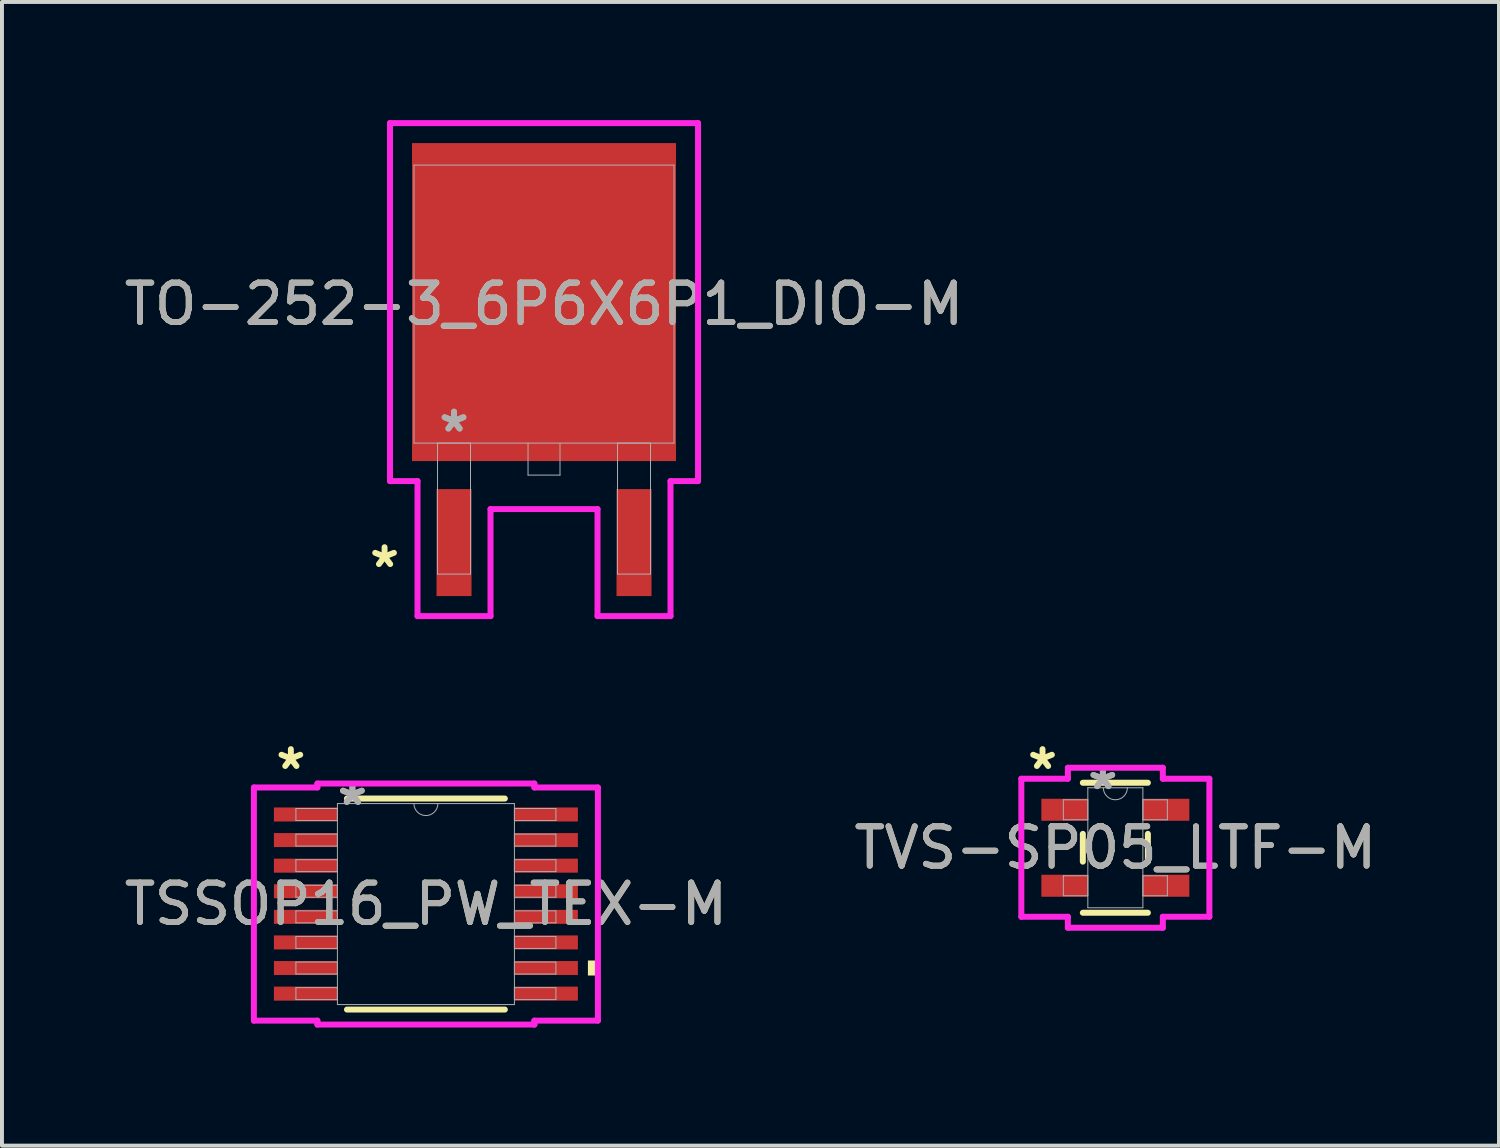
<source format=kicad_pcb>
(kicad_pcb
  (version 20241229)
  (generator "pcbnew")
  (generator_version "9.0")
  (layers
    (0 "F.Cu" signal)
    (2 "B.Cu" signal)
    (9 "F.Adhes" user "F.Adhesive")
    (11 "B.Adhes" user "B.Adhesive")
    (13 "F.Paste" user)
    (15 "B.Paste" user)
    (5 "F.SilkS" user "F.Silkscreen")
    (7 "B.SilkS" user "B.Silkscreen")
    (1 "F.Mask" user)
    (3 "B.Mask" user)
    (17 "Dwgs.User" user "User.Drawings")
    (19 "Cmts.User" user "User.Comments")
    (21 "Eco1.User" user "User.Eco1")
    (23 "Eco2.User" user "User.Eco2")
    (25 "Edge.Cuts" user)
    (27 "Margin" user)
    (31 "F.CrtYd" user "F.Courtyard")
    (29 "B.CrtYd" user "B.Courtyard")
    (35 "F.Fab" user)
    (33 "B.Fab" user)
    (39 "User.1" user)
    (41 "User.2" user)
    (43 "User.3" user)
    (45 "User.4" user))
  (footprint "TSSOP16_PW_TEX-M"
    (layer "F.Cu")
    (at 7.768 19.913)
    (property "Reference" "TSSOP16_PW_TEX-M" (at 0 0 0) (unlocked yes) (layer "F.SilkS") (effects (font (size 1 1) (thickness 0.15))))
    (attr smd)
    (fp_line (start -2.005 2.68) (end 2.005 2.68) (stroke (width 0.152) (type solid)) (layer "F.SilkS"))
    (fp_line (start 2.005 -2.68) (end -2.005 -2.68) (stroke (width 0.152) (type solid)) (layer "F.SilkS"))
    (fp_poly (pts (xy 4.369 1.434) (xy 4.369 1.815) (xy 4.115 1.815) (xy 4.115 1.434)) (stroke (width 0) (type solid)) (fill yes) (layer "F.SilkS"))
    (fp_line (start -4.369 -2.961) (end -2.756 -2.961) (stroke (width 0.152) (type solid)) (layer "F.CrtYd"))
    (fp_line (start -4.369 2.961) (end -4.369 -2.961) (stroke (width 0.152) (type solid)) (layer "F.CrtYd"))
    (fp_line (start -4.369 2.961) (end -2.756 2.961) (stroke (width 0.152) (type solid)) (layer "F.CrtYd"))
    (fp_line (start -2.756 -3.061) (end 2.756 -3.061) (stroke (width 0.152) (type solid)) (layer "F.CrtYd"))
    (fp_line (start -2.756 -2.961) (end -2.756 -3.061) (stroke (width 0.152) (type solid)) (layer "F.CrtYd"))
    (fp_line (start -2.756 3.061) (end -2.756 2.961) (stroke (width 0.152) (type solid)) (layer "F.CrtYd"))
    (fp_line (start 2.756 -3.061) (end 2.756 -2.961) (stroke (width 0.152) (type solid)) (layer "F.CrtYd"))
    (fp_line (start 2.756 2.961) (end 2.756 3.061) (stroke (width 0.152) (type solid)) (layer "F.CrtYd"))
    (fp_line (start 2.756 3.061) (end -2.756 3.061) (stroke (width 0.152) (type solid)) (layer "F.CrtYd"))
    (fp_line (start 4.369 -2.961) (end 2.756 -2.961) (stroke (width 0.152) (type solid)) (layer "F.CrtYd"))
    (fp_line (start 4.369 -2.961) (end 4.369 2.961) (stroke (width 0.152) (type solid)) (layer "F.CrtYd"))
    (fp_line (start 4.369 2.961) (end 2.756 2.961) (stroke (width 0.152) (type solid)) (layer "F.CrtYd"))
    (fp_line (start -3.302 -2.427) (end -3.302 -2.123) (stroke (width 0.025) (type solid)) (layer "F.Fab"))
    (fp_line (start -3.302 -2.123) (end -2.248 -2.123) (stroke (width 0.025) (type solid)) (layer "F.Fab"))
    (fp_line (start -3.302 -1.777) (end -3.302 -1.473) (stroke (width 0.025) (type solid)) (layer "F.Fab"))
    (fp_line (start -3.302 -1.473) (end -2.248 -1.473) (stroke (width 0.025) (type solid)) (layer "F.Fab"))
    (fp_line (start -3.302 -1.127) (end -3.302 -0.823) (stroke (width 0.025) (type solid)) (layer "F.Fab"))
    (fp_line (start -3.302 -0.823) (end -2.248 -0.823) (stroke (width 0.025) (type solid)) (layer "F.Fab"))
    (fp_line (start -3.302 -0.477) (end -3.302 -0.173) (stroke (width 0.025) (type solid)) (layer "F.Fab"))
    (fp_line (start -3.302 -0.173) (end -2.248 -0.173) (stroke (width 0.025) (type solid)) (layer "F.Fab"))
    (fp_line (start -3.302 0.173) (end -3.302 0.477) (stroke (width 0.025) (type solid)) (layer "F.Fab"))
    (fp_line (start -3.302 0.477) (end -2.248 0.477) (stroke (width 0.025) (type solid)) (layer "F.Fab"))
    (fp_line (start -3.302 0.823) (end -3.302 1.127) (stroke (width 0.025) (type solid)) (layer "F.Fab"))
    (fp_line (start -3.302 1.127) (end -2.248 1.127) (stroke (width 0.025) (type solid)) (layer "F.Fab"))
    (fp_line (start -3.302 1.473) (end -3.302 1.777) (stroke (width 0.025) (type solid)) (layer "F.Fab"))
    (fp_line (start -3.302 1.777) (end -2.248 1.777) (stroke (width 0.025) (type solid)) (layer "F.Fab"))
    (fp_line (start -3.302 2.123) (end -3.302 2.427) (stroke (width 0.025) (type solid)) (layer "F.Fab"))
    (fp_line (start -3.302 2.427) (end -2.248 2.427) (stroke (width 0.025) (type solid)) (layer "F.Fab"))
    (fp_line (start -2.248 -2.553) (end -2.248 2.553) (stroke (width 0.025) (type solid)) (layer "F.Fab"))
    (fp_line (start -2.248 -2.427) (end -3.302 -2.427) (stroke (width 0.025) (type solid)) (layer "F.Fab"))
    (fp_line (start -2.248 -2.123) (end -2.248 -2.427) (stroke (width 0.025) (type solid)) (layer "F.Fab"))
    (fp_line (start -2.248 -1.777) (end -3.302 -1.777) (stroke (width 0.025) (type solid)) (layer "F.Fab"))
    (fp_line (start -2.248 -1.473) (end -2.248 -1.777) (stroke (width 0.025) (type solid)) (layer "F.Fab"))
    (fp_line (start -2.248 -1.127) (end -3.302 -1.127) (stroke (width 0.025) (type solid)) (layer "F.Fab"))
    (fp_line (start -2.248 -0.823) (end -2.248 -1.127) (stroke (width 0.025) (type solid)) (layer "F.Fab"))
    (fp_line (start -2.248 -0.477) (end -3.302 -0.477) (stroke (width 0.025) (type solid)) (layer "F.Fab"))
    (fp_line (start -2.248 -0.173) (end -2.248 -0.477) (stroke (width 0.025) (type solid)) (layer "F.Fab"))
    (fp_line (start -2.248 0.173) (end -3.302 0.173) (stroke (width 0.025) (type solid)) (layer "F.Fab"))
    (fp_line (start -2.248 0.477) (end -2.248 0.173) (stroke (width 0.025) (type solid)) (layer "F.Fab"))
    (fp_line (start -2.248 0.823) (end -3.302 0.823) (stroke (width 0.025) (type solid)) (layer "F.Fab"))
    (fp_line (start -2.248 1.127) (end -2.248 0.823) (stroke (width 0.025) (type solid)) (layer "F.Fab"))
    (fp_line (start -2.248 1.473) (end -3.302 1.473) (stroke (width 0.025) (type solid)) (layer "F.Fab"))
    (fp_line (start -2.248 1.777) (end -2.248 1.473) (stroke (width 0.025) (type solid)) (layer "F.Fab"))
    (fp_line (start -2.248 2.123) (end -3.302 2.123) (stroke (width 0.025) (type solid)) (layer "F.Fab"))
    (fp_line (start -2.248 2.427) (end -2.248 2.123) (stroke (width 0.025) (type solid)) (layer "F.Fab"))
    (fp_line (start -2.248 2.553) (end 2.248 2.553) (stroke (width 0.025) (type solid)) (layer "F.Fab"))
    (fp_line (start 2.248 -2.553) (end -2.248 -2.553) (stroke (width 0.025) (type solid)) (layer "F.Fab"))
    (fp_line (start 2.248 -2.427) (end 2.248 -2.123) (stroke (width 0.025) (type solid)) (layer "F.Fab"))
    (fp_line (start 2.248 -2.123) (end 3.302 -2.123) (stroke (width 0.025) (type solid)) (layer "F.Fab"))
    (fp_line (start 2.248 -1.777) (end 2.248 -1.473) (stroke (width 0.025) (type solid)) (layer "F.Fab"))
    (fp_line (start 2.248 -1.473) (end 3.302 -1.473) (stroke (width 0.025) (type solid)) (layer "F.Fab"))
    (fp_line (start 2.248 -1.127) (end 2.248 -0.823) (stroke (width 0.025) (type solid)) (layer "F.Fab"))
    (fp_line (start 2.248 -0.823) (end 3.302 -0.823) (stroke (width 0.025) (type solid)) (layer "F.Fab"))
    (fp_line (start 2.248 -0.477) (end 2.248 -0.173) (stroke (width 0.025) (type solid)) (layer "F.Fab"))
    (fp_line (start 2.248 -0.173) (end 3.302 -0.173) (stroke (width 0.025) (type solid)) (layer "F.Fab"))
    (fp_line (start 2.248 0.173) (end 2.248 0.477) (stroke (width 0.025) (type solid)) (layer "F.Fab"))
    (fp_line (start 2.248 0.477) (end 3.302 0.477) (stroke (width 0.025) (type solid)) (layer "F.Fab"))
    (fp_line (start 2.248 0.823) (end 2.248 1.127) (stroke (width 0.025) (type solid)) (layer "F.Fab"))
    (fp_line (start 2.248 1.127) (end 3.302 1.127) (stroke (width 0.025) (type solid)) (layer "F.Fab"))
    (fp_line (start 2.248 1.473) (end 2.248 1.777) (stroke (width 0.025) (type solid)) (layer "F.Fab"))
    (fp_line (start 2.248 1.777) (end 3.302 1.777) (stroke (width 0.025) (type solid)) (layer "F.Fab"))
    (fp_line (start 2.248 2.123) (end 2.248 2.427) (stroke (width 0.025) (type solid)) (layer "F.Fab"))
    (fp_line (start 2.248 2.427) (end 3.302 2.427) (stroke (width 0.025) (type solid)) (layer "F.Fab"))
    (fp_line (start 2.248 2.553) (end 2.248 -2.553) (stroke (width 0.025) (type solid)) (layer "F.Fab"))
    (fp_line (start 3.302 -2.427) (end 2.248 -2.427) (stroke (width 0.025) (type solid)) (layer "F.Fab"))
    (fp_line (start 3.302 -2.123) (end 3.302 -2.427) (stroke (width 0.025) (type solid)) (layer "F.Fab"))
    (fp_line (start 3.302 -1.777) (end 2.248 -1.777) (stroke (width 0.025) (type solid)) (layer "F.Fab"))
    (fp_line (start 3.302 -1.473) (end 3.302 -1.777) (stroke (width 0.025) (type solid)) (layer "F.Fab"))
    (fp_line (start 3.302 -1.127) (end 2.248 -1.127) (stroke (width 0.025) (type solid)) (layer "F.Fab"))
    (fp_line (start 3.302 -0.823) (end 3.302 -1.127) (stroke (width 0.025) (type solid)) (layer "F.Fab"))
    (fp_line (start 3.302 -0.477) (end 2.248 -0.477) (stroke (width 0.025) (type solid)) (layer "F.Fab"))
    (fp_line (start 3.302 -0.173) (end 3.302 -0.477) (stroke (width 0.025) (type solid)) (layer "F.Fab"))
    (fp_line (start 3.302 0.173) (end 2.248 0.173) (stroke (width 0.025) (type solid)) (layer "F.Fab"))
    (fp_line (start 3.302 0.477) (end 3.302 0.173) (stroke (width 0.025) (type solid)) (layer "F.Fab"))
    (fp_line (start 3.302 0.823) (end 2.248 0.823) (stroke (width 0.025) (type solid)) (layer "F.Fab"))
    (fp_line (start 3.302 1.127) (end 3.302 0.823) (stroke (width 0.025) (type solid)) (layer "F.Fab"))
    (fp_line (start 3.302 1.473) (end 2.248 1.473) (stroke (width 0.025) (type solid)) (layer "F.Fab"))
    (fp_line (start 3.302 1.777) (end 3.302 1.473) (stroke (width 0.025) (type solid)) (layer "F.Fab"))
    (fp_line (start 3.302 2.123) (end 2.248 2.123) (stroke (width 0.025) (type solid)) (layer "F.Fab"))
    (fp_line (start 3.302 2.427) (end 3.302 2.123) (stroke (width 0.025) (type solid)) (layer "F.Fab"))
    (fp_arc (start 0.3048 -2.5527) (mid 0 -2.2479) (end -0.3048 -2.5527) (stroke (width 0.0254) (type solid)) (layer "F.Fab"))
    (fp_text user "*" (at -3.43 -3.39 0) (unlocked yes) (layer "F.SilkS") (effects (font (size 1 1) (thickness 0.15))))
    (fp_text user "*" (at -1.867 -2.477 0) (unlocked yes) (layer "F.Fab") (effects (font (size 1 1) (thickness 0.15))))
    (fp_text user "${REFERENCE}" (at 0 0 0) (unlocked yes) (layer "F.Fab") (effects (font (size 1 1) (thickness 0.15))))
    (fp_text user "*" (at -1.867 -2.477 0) (layer "F.Fab") (effects (font (size 1 1) (thickness 0.15))))
    (pad "1" smd rect (at -3.054 -2.275) (size 1.613 0.356) (layers "F.Cu" "F.Mask" "F.Paste"))
    (pad "2" smd rect (at -3.054 -1.625) (size 1.613 0.356) (layers "F.Cu" "F.Mask" "F.Paste"))
    (pad "3" smd rect (at -3.054 -0.975) (size 1.613 0.356) (layers "F.Cu" "F.Mask" "F.Paste"))
    (pad "4" smd rect (at -3.054 -0.325) (size 1.613 0.356) (layers "F.Cu" "F.Mask" "F.Paste"))
    (pad "5" smd rect (at -3.054 0.325) (size 1.613 0.356) (layers "F.Cu" "F.Mask" "F.Paste"))
    (pad "6" smd rect (at -3.054 0.975) (size 1.613 0.356) (layers "F.Cu" "F.Mask" "F.Paste"))
    (pad "7" smd rect (at -3.054 1.625) (size 1.613 0.356) (layers "F.Cu" "F.Mask" "F.Paste"))
    (pad "8" smd rect (at -3.054 2.275) (size 1.613 0.356) (layers "F.Cu" "F.Mask" "F.Paste"))
    (pad "9" smd rect (at 3.054 2.275) (size 1.613 0.356) (layers "F.Cu" "F.Mask" "F.Paste"))
    (pad "10" smd rect (at 3.054 1.625) (size 1.613 0.356) (layers "F.Cu" "F.Mask" "F.Paste"))
    (pad "11" smd rect (at 3.054 0.975) (size 1.613 0.356) (layers "F.Cu" "F.Mask" "F.Paste"))
    (pad "12" smd rect (at 3.054 0.325) (size 1.613 0.356) (layers "F.Cu" "F.Mask" "F.Paste"))
    (pad "13" smd rect (at 3.054 -0.325) (size 1.613 0.356) (layers "F.Cu" "F.Mask" "F.Paste"))
    (pad "14" smd rect (at 3.054 -0.975) (size 1.613 0.356) (layers "F.Cu" "F.Mask" "F.Paste"))
    (pad "15" smd rect (at 3.054 -1.625) (size 1.613 0.356) (layers "F.Cu" "F.Mask" "F.Paste"))
    (pad "16" smd rect (at 3.054 -2.275) (size 1.613 0.356) (layers "F.Cu" "F.Mask" "F.Paste")))
  (footprint "TO-252-3_6P6X6P1_DIO-M"
    (layer "F.Cu")
    (at 10.768 4.674)
    (property "Reference" "TO-252-3_6P6X6P1_DIO-M" (at 0 0 0) (unlocked yes) (layer "F.SilkS") (effects (font (size 1 1) (thickness 0.15))))
    (attr smd)
    (fp_rect (start -2.44 0.47) (end -0.33 3.2) (stroke (width 0.1) (type solid)) (fill yes) (layer "F.Paste"))
    (fp_rect (start -2.42 -3.12) (end -0.31 -0.39) (stroke (width 0.1) (type solid)) (fill yes) (layer "F.Paste"))
    (fp_rect (start 0.535 -3.11) (end 2.645 -0.38) (stroke (width 0.1) (type solid)) (fill yes) (layer "F.Paste"))
    (fp_rect (start 0.57 0.445) (end 2.68 3.175) (stroke (width 0.1) (type solid)) (fill yes) (layer "F.Paste"))
    (fp_line (start -3.912 -4.597) (end 3.912 -4.597) (stroke (width 0.152) (type solid)) (layer "F.CrtYd"))
    (fp_line (start -3.912 4.496) (end -3.912 -4.597) (stroke (width 0.152) (type solid)) (layer "F.CrtYd"))
    (fp_line (start -3.213 4.496) (end -3.912 4.496) (stroke (width 0.152) (type solid)) (layer "F.CrtYd"))
    (fp_line (start -3.213 7.925) (end -3.213 4.496) (stroke (width 0.152) (type solid)) (layer "F.CrtYd"))
    (fp_line (start -1.359 5.207) (end -1.359 7.925) (stroke (width 0.152) (type solid)) (layer "F.CrtYd"))
    (fp_line (start -1.359 7.925) (end -3.213 7.925) (stroke (width 0.152) (type solid)) (layer "F.CrtYd"))
    (fp_line (start 1.359 5.207) (end -1.359 5.207) (stroke (width 0.152) (type solid)) (layer "F.CrtYd"))
    (fp_line (start 1.359 7.925) (end 1.359 5.207) (stroke (width 0.152) (type solid)) (layer "F.CrtYd"))
    (fp_line (start 3.213 4.496) (end 3.213 7.925) (stroke (width 0.152) (type solid)) (layer "F.CrtYd"))
    (fp_line (start 3.213 7.925) (end 1.359 7.925) (stroke (width 0.152) (type solid)) (layer "F.CrtYd"))
    (fp_line (start 3.912 -4.597) (end 3.912 4.496) (stroke (width 0.152) (type solid)) (layer "F.CrtYd"))
    (fp_line (start 3.912 4.496) (end 3.213 4.496) (stroke (width 0.152) (type solid)) (layer "F.CrtYd"))
    (fp_line (start -3.302 -3.531) (end -3.302 3.531) (stroke (width 0.025) (type solid)) (layer "F.Fab"))
    (fp_line (start -3.302 3.531) (end 3.302 3.531) (stroke (width 0.025) (type solid)) (layer "F.Fab"))
    (fp_line (start -2.705 3.531) (end -2.705 6.858) (stroke (width 0.025) (type solid)) (layer "F.Fab"))
    (fp_line (start -2.705 6.858) (end -1.867 6.858) (stroke (width 0.025) (type solid)) (layer "F.Fab"))
    (fp_line (start -1.867 3.531) (end -2.705 3.531) (stroke (width 0.025) (type solid)) (layer "F.Fab"))
    (fp_line (start -1.867 6.858) (end -1.867 3.531) (stroke (width 0.025) (type solid)) (layer "F.Fab"))
    (fp_line (start -0.406 3.531) (end -0.406 4.343) (stroke (width 0.025) (type solid)) (layer "F.Fab"))
    (fp_line (start -0.406 4.343) (end 0.406 4.343) (stroke (width 0.025) (type solid)) (layer "F.Fab"))
    (fp_line (start 0.406 4.343) (end 0.406 3.531) (stroke (width 0.025) (type solid)) (layer "F.Fab"))
    (fp_line (start 1.867 3.531) (end 1.867 6.858) (stroke (width 0.025) (type solid)) (layer "F.Fab"))
    (fp_line (start 1.867 6.858) (end 2.705 6.858) (stroke (width 0.025) (type solid)) (layer "F.Fab"))
    (fp_line (start 2.705 3.531) (end 1.867 3.531) (stroke (width 0.025) (type solid)) (layer "F.Fab"))
    (fp_line (start 2.705 6.858) (end 2.705 3.531) (stroke (width 0.025) (type solid)) (layer "F.Fab"))
    (fp_line (start 3.302 -3.531) (end -3.302 -3.531) (stroke (width 0.025) (type solid)) (layer "F.Fab"))
    (fp_line (start 3.302 3.531) (end 3.302 -3.531) (stroke (width 0.025) (type solid)) (layer "F.Fab"))
    (fp_text user "*" (at -4.05 6.72 0) (unlocked yes) (layer "F.SilkS") (effects (font (size 1 1) (thickness 0.15))))
    (fp_text user "*" (at -2.286 3.277 0) (unlocked yes) (layer "F.Fab") (effects (font (size 1 1) (thickness 0.15))))
    (fp_text user "${REFERENCE}" (at 0 0 0) (unlocked yes) (layer "F.Fab") (effects (font (size 1 1) (thickness 0.15))))
    (fp_text user "*" (at -2.286 3.277 0) (layer "F.Fab") (effects (font (size 1 1) (thickness 0.15))))
    (pad "1" smd rect (at -2.286 6.058) (size 0.889 2.718) (layers "F.Cu" "F.Mask" "F.Paste"))
    (pad "2" smd rect (at 0 -0.051) (size 6.706 8.077) (layers "F.Cu" "F.Mask"))
    (pad "3" smd rect (at 2.286 6.058) (size 0.889 2.718) (layers "F.Cu" "F.Mask" "F.Paste")))
  (footprint "TVS-SP05_LTF-M"
    (layer "F.Cu")
    (at 25.28 18.483)
    (property "Reference" "TVS-SP05_LTF-M" (at 0 0 0) (unlocked yes) (layer "F.SilkS") (effects (font (size 1 1) (thickness 0.15))))
    (attr smd)
    (fp_line (start -0.826 -0.353) (end -0.826 0.353) (stroke (width 0.152) (type solid)) (layer "F.SilkS"))
    (fp_line (start -0.826 1.651) (end 0.826 1.651) (stroke (width 0.152) (type solid)) (layer "F.SilkS"))
    (fp_line (start 0.826 -1.651) (end -0.826 -1.651) (stroke (width 0.152) (type solid)) (layer "F.SilkS"))
    (fp_line (start 0.826 0.353) (end 0.826 -0.353) (stroke (width 0.152) (type solid)) (layer "F.SilkS"))
    (fp_line (start -2.388 -1.753) (end -1.206 -1.753) (stroke (width 0.152) (type solid)) (layer "F.CrtYd"))
    (fp_line (start -2.388 1.753) (end -2.388 -1.753) (stroke (width 0.152) (type solid)) (layer "F.CrtYd"))
    (fp_line (start -2.388 1.753) (end -1.206 1.753) (stroke (width 0.152) (type solid)) (layer "F.CrtYd"))
    (fp_line (start -1.206 -2.032) (end 1.206 -2.032) (stroke (width 0.152) (type solid)) (layer "F.CrtYd"))
    (fp_line (start -1.206 -1.753) (end -1.206 -2.032) (stroke (width 0.152) (type solid)) (layer "F.CrtYd"))
    (fp_line (start -1.206 2.032) (end -1.206 1.753) (stroke (width 0.152) (type solid)) (layer "F.CrtYd"))
    (fp_line (start 1.206 -2.032) (end 1.206 -1.753) (stroke (width 0.152) (type solid)) (layer "F.CrtYd"))
    (fp_line (start 1.206 1.753) (end 1.206 2.032) (stroke (width 0.152) (type solid)) (layer "F.CrtYd"))
    (fp_line (start 1.206 2.032) (end -1.206 2.032) (stroke (width 0.152) (type solid)) (layer "F.CrtYd"))
    (fp_line (start 2.388 -1.753) (end 1.206 -1.753) (stroke (width 0.152) (type solid)) (layer "F.CrtYd"))
    (fp_line (start 2.388 -1.753) (end 2.388 1.753) (stroke (width 0.152) (type solid)) (layer "F.CrtYd"))
    (fp_line (start 2.388 1.753) (end 1.206 1.753) (stroke (width 0.152) (type solid)) (layer "F.CrtYd"))
    (fp_line (start -1.321 -1.219) (end -1.321 -0.711) (stroke (width 0.025) (type solid)) (layer "F.Fab"))
    (fp_line (start -1.321 -0.711) (end -0.699 -0.711) (stroke (width 0.025) (type solid)) (layer "F.Fab"))
    (fp_line (start -1.321 0.711) (end -1.321 1.219) (stroke (width 0.025) (type solid)) (layer "F.Fab"))
    (fp_line (start -1.321 1.219) (end -0.699 1.219) (stroke (width 0.025) (type solid)) (layer "F.Fab"))
    (fp_line (start -0.699 -1.524) (end -0.699 1.524) (stroke (width 0.025) (type solid)) (layer "F.Fab"))
    (fp_line (start -0.699 -1.219) (end -1.321 -1.219) (stroke (width 0.025) (type solid)) (layer "F.Fab"))
    (fp_line (start -0.699 -0.711) (end -0.699 -1.219) (stroke (width 0.025) (type solid)) (layer "F.Fab"))
    (fp_line (start -0.699 0.711) (end -1.321 0.711) (stroke (width 0.025) (type solid)) (layer "F.Fab"))
    (fp_line (start -0.699 1.219) (end -0.699 0.711) (stroke (width 0.025) (type solid)) (layer "F.Fab"))
    (fp_line (start -0.699 1.524) (end 0.699 1.524) (stroke (width 0.025) (type solid)) (layer "F.Fab"))
    (fp_line (start 0.699 -1.524) (end -0.699 -1.524) (stroke (width 0.025) (type solid)) (layer "F.Fab"))
    (fp_line (start 0.699 -1.219) (end 0.699 -0.711) (stroke (width 0.025) (type solid)) (layer "F.Fab"))
    (fp_line (start 0.699 -0.711) (end 1.321 -0.711) (stroke (width 0.025) (type solid)) (layer "F.Fab"))
    (fp_line (start 0.699 0.711) (end 0.699 1.219) (stroke (width 0.025) (type solid)) (layer "F.Fab"))
    (fp_line (start 0.699 1.219) (end 1.321 1.219) (stroke (width 0.025) (type solid)) (layer "F.Fab"))
    (fp_line (start 0.699 1.524) (end 0.699 -1.524) (stroke (width 0.025) (type solid)) (layer "F.Fab"))
    (fp_line (start 1.321 -1.219) (end 0.699 -1.219) (stroke (width 0.025) (type solid)) (layer "F.Fab"))
    (fp_line (start 1.321 -0.711) (end 1.321 -1.219) (stroke (width 0.025) (type solid)) (layer "F.Fab"))
    (fp_line (start 1.321 0.711) (end 0.699 0.711) (stroke (width 0.025) (type solid)) (layer "F.Fab"))
    (fp_line (start 1.321 1.219) (end 1.321 0.711) (stroke (width 0.025) (type solid)) (layer "F.Fab"))
    (fp_arc (start 0.3048 -1.524) (mid 0 -1.2192) (end -0.3048 -1.524) (stroke (width 0.0254) (type solid)) (layer "F.Fab"))
    (fp_text user "*" (at -1.85 -1.96 0) (layer "F.SilkS") (effects (font (size 1 1) (thickness 0.15))))
    (fp_text user "*" (at -0.318 -1.448 0) (unlocked yes) (layer "F.Fab") (effects (font (size 1 1) (thickness 0.15))))
    (fp_text user "${REFERENCE}" (at 0 0 0) (unlocked yes) (layer "F.Fab") (effects (font (size 1 1) (thickness 0.15))))
    (fp_text user "*" (at -0.318 -1.448 0) (layer "F.Fab") (effects (font (size 1 1) (thickness 0.15))))
    (pad "1" smd rect (at -1.289 -0.965) (size 1.181 0.559) (layers "F.Cu" "F.Mask" "F.Paste"))
    (pad "2" smd rect (at -1.289 0.965) (size 1.181 0.559) (layers "F.Cu" "F.Mask" "F.Paste"))
    (pad "3" smd rect (at 1.289 0.965) (size 1.181 0.559) (layers "F.Cu" "F.Mask" "F.Paste"))
    (pad "4" smd rect (at 1.289 -0.965) (size 1.181 0.559) (layers "F.Cu" "F.Mask" "F.Paste")))
  (gr_rect
    (start -3 -3)
    (end 35.024 26.05)
    (stroke (width 0.1) (type default))
    (fill no)
    (layer "Edge.Cuts")))
</source>
